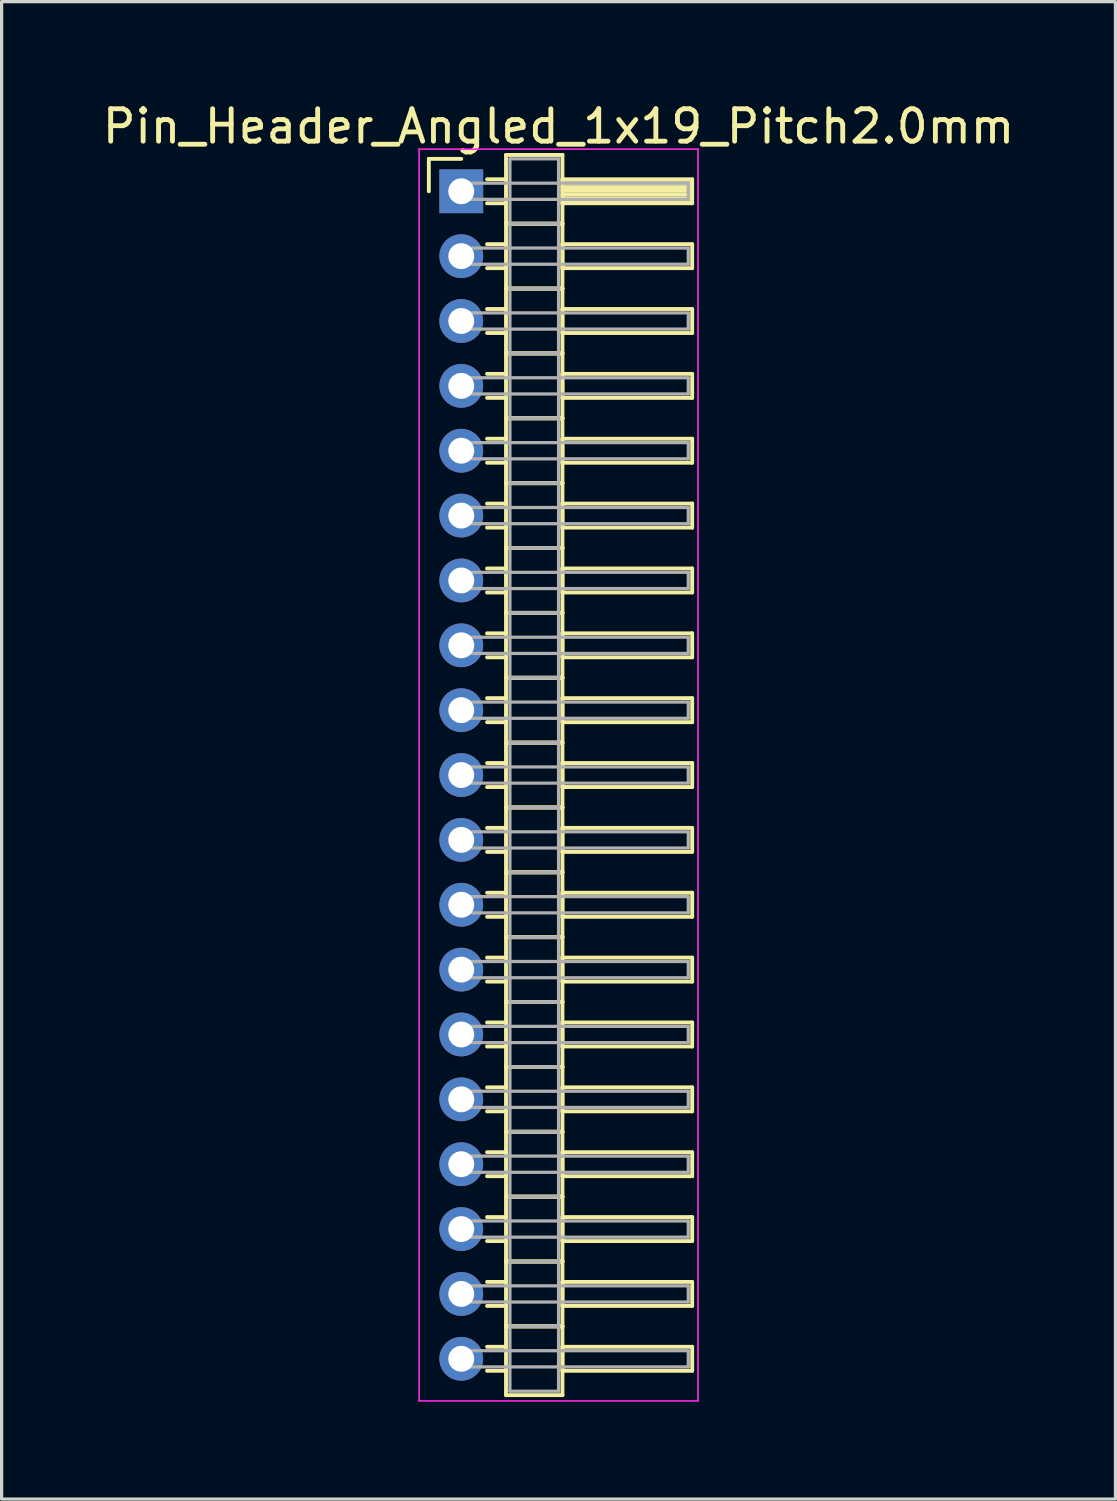
<source format=kicad_pcb>
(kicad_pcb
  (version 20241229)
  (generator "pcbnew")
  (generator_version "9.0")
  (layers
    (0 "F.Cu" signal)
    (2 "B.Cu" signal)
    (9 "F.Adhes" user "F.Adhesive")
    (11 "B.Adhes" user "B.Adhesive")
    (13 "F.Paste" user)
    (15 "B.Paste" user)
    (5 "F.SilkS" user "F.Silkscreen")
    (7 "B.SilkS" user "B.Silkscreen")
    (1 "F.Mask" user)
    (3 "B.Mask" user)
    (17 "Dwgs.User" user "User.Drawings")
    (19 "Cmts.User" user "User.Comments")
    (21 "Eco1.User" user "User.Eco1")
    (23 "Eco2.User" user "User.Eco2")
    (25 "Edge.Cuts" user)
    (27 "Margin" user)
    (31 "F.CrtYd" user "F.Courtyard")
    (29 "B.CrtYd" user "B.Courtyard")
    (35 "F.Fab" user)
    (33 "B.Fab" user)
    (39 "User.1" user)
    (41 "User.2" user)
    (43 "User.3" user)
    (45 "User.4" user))
  (footprint "Pin_Header_Angled_1x19_Pitch2.0mm"
    (layer "F.Cu")
    (at 11.173 2.848)
    (property "Reference" "Pin_Header_Angled_1x19_Pitch2.0mm" (at 3 -2 0) (layer "F.SilkS") (effects (font (size 1 1) (thickness 0.15))))
    (attr through_hole)
    (fp_line (start -1 -1) (end 0 -1) (stroke (width 0.12) (type solid)) (layer "F.SilkS"))
    (fp_line (start -1 0) (end -1 -1) (stroke (width 0.12) (type solid)) (layer "F.SilkS"))
    (fp_line (start 0.795 -0.37) (end 1.38 -0.37) (stroke (width 0.12) (type solid)) (layer "F.SilkS"))
    (fp_line (start 0.795 0.37) (end 1.38 0.37) (stroke (width 0.12) (type solid)) (layer "F.SilkS"))
    (fp_line (start 0.795 1.63) (end 1.38 1.63) (stroke (width 0.12) (type solid)) (layer "F.SilkS"))
    (fp_line (start 0.795 2.37) (end 1.38 2.37) (stroke (width 0.12) (type solid)) (layer "F.SilkS"))
    (fp_line (start 0.795 3.63) (end 1.38 3.63) (stroke (width 0.12) (type solid)) (layer "F.SilkS"))
    (fp_line (start 0.795 4.37) (end 1.38 4.37) (stroke (width 0.12) (type solid)) (layer "F.SilkS"))
    (fp_line (start 0.795 5.63) (end 1.38 5.63) (stroke (width 0.12) (type solid)) (layer "F.SilkS"))
    (fp_line (start 0.795 6.37) (end 1.38 6.37) (stroke (width 0.12) (type solid)) (layer "F.SilkS"))
    (fp_line (start 0.795 7.63) (end 1.38 7.63) (stroke (width 0.12) (type solid)) (layer "F.SilkS"))
    (fp_line (start 0.795 8.37) (end 1.38 8.37) (stroke (width 0.12) (type solid)) (layer "F.SilkS"))
    (fp_line (start 0.795 9.63) (end 1.38 9.63) (stroke (width 0.12) (type solid)) (layer "F.SilkS"))
    (fp_line (start 0.795 10.37) (end 1.38 10.37) (stroke (width 0.12) (type solid)) (layer "F.SilkS"))
    (fp_line (start 0.795 11.63) (end 1.38 11.63) (stroke (width 0.12) (type solid)) (layer "F.SilkS"))
    (fp_line (start 0.795 12.37) (end 1.38 12.37) (stroke (width 0.12) (type solid)) (layer "F.SilkS"))
    (fp_line (start 0.795 13.63) (end 1.38 13.63) (stroke (width 0.12) (type solid)) (layer "F.SilkS"))
    (fp_line (start 0.795 14.37) (end 1.38 14.37) (stroke (width 0.12) (type solid)) (layer "F.SilkS"))
    (fp_line (start 0.795 15.63) (end 1.38 15.63) (stroke (width 0.12) (type solid)) (layer "F.SilkS"))
    (fp_line (start 0.795 16.37) (end 1.38 16.37) (stroke (width 0.12) (type solid)) (layer "F.SilkS"))
    (fp_line (start 0.795 17.63) (end 1.38 17.63) (stroke (width 0.12) (type solid)) (layer "F.SilkS"))
    (fp_line (start 0.795 18.37) (end 1.38 18.37) (stroke (width 0.12) (type solid)) (layer "F.SilkS"))
    (fp_line (start 0.795 19.63) (end 1.38 19.63) (stroke (width 0.12) (type solid)) (layer "F.SilkS"))
    (fp_line (start 0.795 20.37) (end 1.38 20.37) (stroke (width 0.12) (type solid)) (layer "F.SilkS"))
    (fp_line (start 0.795 21.63) (end 1.38 21.63) (stroke (width 0.12) (type solid)) (layer "F.SilkS"))
    (fp_line (start 0.795 22.37) (end 1.38 22.37) (stroke (width 0.12) (type solid)) (layer "F.SilkS"))
    (fp_line (start 0.795 23.63) (end 1.38 23.63) (stroke (width 0.12) (type solid)) (layer "F.SilkS"))
    (fp_line (start 0.795 24.37) (end 1.38 24.37) (stroke (width 0.12) (type solid)) (layer "F.SilkS"))
    (fp_line (start 0.795 25.63) (end 1.38 25.63) (stroke (width 0.12) (type solid)) (layer "F.SilkS"))
    (fp_line (start 0.795 26.37) (end 1.38 26.37) (stroke (width 0.12) (type solid)) (layer "F.SilkS"))
    (fp_line (start 0.795 27.63) (end 1.38 27.63) (stroke (width 0.12) (type solid)) (layer "F.SilkS"))
    (fp_line (start 0.795 28.37) (end 1.38 28.37) (stroke (width 0.12) (type solid)) (layer "F.SilkS"))
    (fp_line (start 0.795 29.63) (end 1.38 29.63) (stroke (width 0.12) (type solid)) (layer "F.SilkS"))
    (fp_line (start 0.795 30.37) (end 1.38 30.37) (stroke (width 0.12) (type solid)) (layer "F.SilkS"))
    (fp_line (start 0.795 31.63) (end 1.38 31.63) (stroke (width 0.12) (type solid)) (layer "F.SilkS"))
    (fp_line (start 0.795 32.37) (end 1.38 32.37) (stroke (width 0.12) (type solid)) (layer "F.SilkS"))
    (fp_line (start 0.795 33.63) (end 1.38 33.63) (stroke (width 0.12) (type solid)) (layer "F.SilkS"))
    (fp_line (start 0.795 34.37) (end 1.38 34.37) (stroke (width 0.12) (type solid)) (layer "F.SilkS"))
    (fp_line (start 0.795 35.63) (end 1.38 35.63) (stroke (width 0.12) (type solid)) (layer "F.SilkS"))
    (fp_line (start 0.795 36.37) (end 1.38 36.37) (stroke (width 0.12) (type solid)) (layer "F.SilkS"))
    (fp_line (start 1.38 -1.12) (end 1.38 1) (stroke (width 0.12) (type solid)) (layer "F.SilkS"))
    (fp_line (start 1.38 1) (end 1.38 3) (stroke (width 0.12) (type solid)) (layer "F.SilkS"))
    (fp_line (start 1.38 1) (end 3.12 1) (stroke (width 0.12) (type solid)) (layer "F.SilkS"))
    (fp_line (start 1.38 3) (end 1.38 5) (stroke (width 0.12) (type solid)) (layer "F.SilkS"))
    (fp_line (start 1.38 3) (end 3.12 3) (stroke (width 0.12) (type solid)) (layer "F.SilkS"))
    (fp_line (start 1.38 5) (end 1.38 7) (stroke (width 0.12) (type solid)) (layer "F.SilkS"))
    (fp_line (start 1.38 5) (end 3.12 5) (stroke (width 0.12) (type solid)) (layer "F.SilkS"))
    (fp_line (start 1.38 7) (end 1.38 9) (stroke (width 0.12) (type solid)) (layer "F.SilkS"))
    (fp_line (start 1.38 7) (end 3.12 7) (stroke (width 0.12) (type solid)) (layer "F.SilkS"))
    (fp_line (start 1.38 9) (end 1.38 11) (stroke (width 0.12) (type solid)) (layer "F.SilkS"))
    (fp_line (start 1.38 9) (end 3.12 9) (stroke (width 0.12) (type solid)) (layer "F.SilkS"))
    (fp_line (start 1.38 11) (end 1.38 13) (stroke (width 0.12) (type solid)) (layer "F.SilkS"))
    (fp_line (start 1.38 11) (end 3.12 11) (stroke (width 0.12) (type solid)) (layer "F.SilkS"))
    (fp_line (start 1.38 13) (end 1.38 15) (stroke (width 0.12) (type solid)) (layer "F.SilkS"))
    (fp_line (start 1.38 13) (end 3.12 13) (stroke (width 0.12) (type solid)) (layer "F.SilkS"))
    (fp_line (start 1.38 15) (end 1.38 17) (stroke (width 0.12) (type solid)) (layer "F.SilkS"))
    (fp_line (start 1.38 15) (end 3.12 15) (stroke (width 0.12) (type solid)) (layer "F.SilkS"))
    (fp_line (start 1.38 17) (end 1.38 19) (stroke (width 0.12) (type solid)) (layer "F.SilkS"))
    (fp_line (start 1.38 17) (end 3.12 17) (stroke (width 0.12) (type solid)) (layer "F.SilkS"))
    (fp_line (start 1.38 19) (end 1.38 21) (stroke (width 0.12) (type solid)) (layer "F.SilkS"))
    (fp_line (start 1.38 19) (end 3.12 19) (stroke (width 0.12) (type solid)) (layer "F.SilkS"))
    (fp_line (start 1.38 21) (end 1.38 23) (stroke (width 0.12) (type solid)) (layer "F.SilkS"))
    (fp_line (start 1.38 21) (end 3.12 21) (stroke (width 0.12) (type solid)) (layer "F.SilkS"))
    (fp_line (start 1.38 23) (end 1.38 25) (stroke (width 0.12) (type solid)) (layer "F.SilkS"))
    (fp_line (start 1.38 23) (end 3.12 23) (stroke (width 0.12) (type solid)) (layer "F.SilkS"))
    (fp_line (start 1.38 25) (end 1.38 27) (stroke (width 0.12) (type solid)) (layer "F.SilkS"))
    (fp_line (start 1.38 25) (end 3.12 25) (stroke (width 0.12) (type solid)) (layer "F.SilkS"))
    (fp_line (start 1.38 27) (end 1.38 29) (stroke (width 0.12) (type solid)) (layer "F.SilkS"))
    (fp_line (start 1.38 27) (end 3.12 27) (stroke (width 0.12) (type solid)) (layer "F.SilkS"))
    (fp_line (start 1.38 29) (end 1.38 31) (stroke (width 0.12) (type solid)) (layer "F.SilkS"))
    (fp_line (start 1.38 29) (end 3.12 29) (stroke (width 0.12) (type solid)) (layer "F.SilkS"))
    (fp_line (start 1.38 31) (end 1.38 33) (stroke (width 0.12) (type solid)) (layer "F.SilkS"))
    (fp_line (start 1.38 31) (end 3.12 31) (stroke (width 0.12) (type solid)) (layer "F.SilkS"))
    (fp_line (start 1.38 33) (end 1.38 35) (stroke (width 0.12) (type solid)) (layer "F.SilkS"))
    (fp_line (start 1.38 33) (end 3.12 33) (stroke (width 0.12) (type solid)) (layer "F.SilkS"))
    (fp_line (start 1.38 35) (end 1.38 37.12) (stroke (width 0.12) (type solid)) (layer "F.SilkS"))
    (fp_line (start 1.38 35) (end 3.12 35) (stroke (width 0.12) (type solid)) (layer "F.SilkS"))
    (fp_line (start 1.38 37.12) (end 3.12 37.12) (stroke (width 0.12) (type solid)) (layer "F.SilkS"))
    (fp_line (start 3.12 -1.12) (end 1.38 -1.12) (stroke (width 0.12) (type solid)) (layer "F.SilkS"))
    (fp_line (start 3.12 -0.37) (end 3.12 0.37) (stroke (width 0.12) (type solid)) (layer "F.SilkS"))
    (fp_line (start 3.12 -0.25) (end 7.12 -0.25) (stroke (width 0.12) (type solid)) (layer "F.SilkS"))
    (fp_line (start 3.12 -0.13) (end 7.12 -0.13) (stroke (width 0.12) (type solid)) (layer "F.SilkS"))
    (fp_line (start 3.12 -0.01) (end 7.12 -0.01) (stroke (width 0.12) (type solid)) (layer "F.SilkS"))
    (fp_line (start 3.12 0.11) (end 7.12 0.11) (stroke (width 0.12) (type solid)) (layer "F.SilkS"))
    (fp_line (start 3.12 0.23) (end 7.12 0.23) (stroke (width 0.12) (type solid)) (layer "F.SilkS"))
    (fp_line (start 3.12 0.35) (end 7.12 0.35) (stroke (width 0.12) (type solid)) (layer "F.SilkS"))
    (fp_line (start 3.12 0.37) (end 7.12 0.37) (stroke (width 0.12) (type solid)) (layer "F.SilkS"))
    (fp_line (start 3.12 1) (end 1.38 1) (stroke (width 0.12) (type solid)) (layer "F.SilkS"))
    (fp_line (start 3.12 1) (end 3.12 -1.12) (stroke (width 0.12) (type solid)) (layer "F.SilkS"))
    (fp_line (start 3.12 1.63) (end 3.12 2.37) (stroke (width 0.12) (type solid)) (layer "F.SilkS"))
    (fp_line (start 3.12 2.37) (end 7.12 2.37) (stroke (width 0.12) (type solid)) (layer "F.SilkS"))
    (fp_line (start 3.12 3) (end 1.38 3) (stroke (width 0.12) (type solid)) (layer "F.SilkS"))
    (fp_line (start 3.12 3) (end 3.12 1) (stroke (width 0.12) (type solid)) (layer "F.SilkS"))
    (fp_line (start 3.12 3.63) (end 3.12 4.37) (stroke (width 0.12) (type solid)) (layer "F.SilkS"))
    (fp_line (start 3.12 4.37) (end 7.12 4.37) (stroke (width 0.12) (type solid)) (layer "F.SilkS"))
    (fp_line (start 3.12 5) (end 1.38 5) (stroke (width 0.12) (type solid)) (layer "F.SilkS"))
    (fp_line (start 3.12 5) (end 3.12 3) (stroke (width 0.12) (type solid)) (layer "F.SilkS"))
    (fp_line (start 3.12 5.63) (end 3.12 6.37) (stroke (width 0.12) (type solid)) (layer "F.SilkS"))
    (fp_line (start 3.12 6.37) (end 7.12 6.37) (stroke (width 0.12) (type solid)) (layer "F.SilkS"))
    (fp_line (start 3.12 7) (end 1.38 7) (stroke (width 0.12) (type solid)) (layer "F.SilkS"))
    (fp_line (start 3.12 7) (end 3.12 5) (stroke (width 0.12) (type solid)) (layer "F.SilkS"))
    (fp_line (start 3.12 7.63) (end 3.12 8.37) (stroke (width 0.12) (type solid)) (layer "F.SilkS"))
    (fp_line (start 3.12 8.37) (end 7.12 8.37) (stroke (width 0.12) (type solid)) (layer "F.SilkS"))
    (fp_line (start 3.12 9) (end 1.38 9) (stroke (width 0.12) (type solid)) (layer "F.SilkS"))
    (fp_line (start 3.12 9) (end 3.12 7) (stroke (width 0.12) (type solid)) (layer "F.SilkS"))
    (fp_line (start 3.12 9.63) (end 3.12 10.37) (stroke (width 0.12) (type solid)) (layer "F.SilkS"))
    (fp_line (start 3.12 10.37) (end 7.12 10.37) (stroke (width 0.12) (type solid)) (layer "F.SilkS"))
    (fp_line (start 3.12 11) (end 1.38 11) (stroke (width 0.12) (type solid)) (layer "F.SilkS"))
    (fp_line (start 3.12 11) (end 3.12 9) (stroke (width 0.12) (type solid)) (layer "F.SilkS"))
    (fp_line (start 3.12 11.63) (end 3.12 12.37) (stroke (width 0.12) (type solid)) (layer "F.SilkS"))
    (fp_line (start 3.12 12.37) (end 7.12 12.37) (stroke (width 0.12) (type solid)) (layer "F.SilkS"))
    (fp_line (start 3.12 13) (end 1.38 13) (stroke (width 0.12) (type solid)) (layer "F.SilkS"))
    (fp_line (start 3.12 13) (end 3.12 11) (stroke (width 0.12) (type solid)) (layer "F.SilkS"))
    (fp_line (start 3.12 13.63) (end 3.12 14.37) (stroke (width 0.12) (type solid)) (layer "F.SilkS"))
    (fp_line (start 3.12 14.37) (end 7.12 14.37) (stroke (width 0.12) (type solid)) (layer "F.SilkS"))
    (fp_line (start 3.12 15) (end 1.38 15) (stroke (width 0.12) (type solid)) (layer "F.SilkS"))
    (fp_line (start 3.12 15) (end 3.12 13) (stroke (width 0.12) (type solid)) (layer "F.SilkS"))
    (fp_line (start 3.12 15.63) (end 3.12 16.37) (stroke (width 0.12) (type solid)) (layer "F.SilkS"))
    (fp_line (start 3.12 16.37) (end 7.12 16.37) (stroke (width 0.12) (type solid)) (layer "F.SilkS"))
    (fp_line (start 3.12 17) (end 1.38 17) (stroke (width 0.12) (type solid)) (layer "F.SilkS"))
    (fp_line (start 3.12 17) (end 3.12 15) (stroke (width 0.12) (type solid)) (layer "F.SilkS"))
    (fp_line (start 3.12 17.63) (end 3.12 18.37) (stroke (width 0.12) (type solid)) (layer "F.SilkS"))
    (fp_line (start 3.12 18.37) (end 7.12 18.37) (stroke (width 0.12) (type solid)) (layer "F.SilkS"))
    (fp_line (start 3.12 19) (end 1.38 19) (stroke (width 0.12) (type solid)) (layer "F.SilkS"))
    (fp_line (start 3.12 19) (end 3.12 17) (stroke (width 0.12) (type solid)) (layer "F.SilkS"))
    (fp_line (start 3.12 19.63) (end 3.12 20.37) (stroke (width 0.12) (type solid)) (layer "F.SilkS"))
    (fp_line (start 3.12 20.37) (end 7.12 20.37) (stroke (width 0.12) (type solid)) (layer "F.SilkS"))
    (fp_line (start 3.12 21) (end 1.38 21) (stroke (width 0.12) (type solid)) (layer "F.SilkS"))
    (fp_line (start 3.12 21) (end 3.12 19) (stroke (width 0.12) (type solid)) (layer "F.SilkS"))
    (fp_line (start 3.12 21.63) (end 3.12 22.37) (stroke (width 0.12) (type solid)) (layer "F.SilkS"))
    (fp_line (start 3.12 22.37) (end 7.12 22.37) (stroke (width 0.12) (type solid)) (layer "F.SilkS"))
    (fp_line (start 3.12 23) (end 1.38 23) (stroke (width 0.12) (type solid)) (layer "F.SilkS"))
    (fp_line (start 3.12 23) (end 3.12 21) (stroke (width 0.12) (type solid)) (layer "F.SilkS"))
    (fp_line (start 3.12 23.63) (end 3.12 24.37) (stroke (width 0.12) (type solid)) (layer "F.SilkS"))
    (fp_line (start 3.12 24.37) (end 7.12 24.37) (stroke (width 0.12) (type solid)) (layer "F.SilkS"))
    (fp_line (start 3.12 25) (end 1.38 25) (stroke (width 0.12) (type solid)) (layer "F.SilkS"))
    (fp_line (start 3.12 25) (end 3.12 23) (stroke (width 0.12) (type solid)) (layer "F.SilkS"))
    (fp_line (start 3.12 25.63) (end 3.12 26.37) (stroke (width 0.12) (type solid)) (layer "F.SilkS"))
    (fp_line (start 3.12 26.37) (end 7.12 26.37) (stroke (width 0.12) (type solid)) (layer "F.SilkS"))
    (fp_line (start 3.12 27) (end 1.38 27) (stroke (width 0.12) (type solid)) (layer "F.SilkS"))
    (fp_line (start 3.12 27) (end 3.12 25) (stroke (width 0.12) (type solid)) (layer "F.SilkS"))
    (fp_line (start 3.12 27.63) (end 3.12 28.37) (stroke (width 0.12) (type solid)) (layer "F.SilkS"))
    (fp_line (start 3.12 28.37) (end 7.12 28.37) (stroke (width 0.12) (type solid)) (layer "F.SilkS"))
    (fp_line (start 3.12 29) (end 1.38 29) (stroke (width 0.12) (type solid)) (layer "F.SilkS"))
    (fp_line (start 3.12 29) (end 3.12 27) (stroke (width 0.12) (type solid)) (layer "F.SilkS"))
    (fp_line (start 3.12 29.63) (end 3.12 30.37) (stroke (width 0.12) (type solid)) (layer "F.SilkS"))
    (fp_line (start 3.12 30.37) (end 7.12 30.37) (stroke (width 0.12) (type solid)) (layer "F.SilkS"))
    (fp_line (start 3.12 31) (end 1.38 31) (stroke (width 0.12) (type solid)) (layer "F.SilkS"))
    (fp_line (start 3.12 31) (end 3.12 29) (stroke (width 0.12) (type solid)) (layer "F.SilkS"))
    (fp_line (start 3.12 31.63) (end 3.12 32.37) (stroke (width 0.12) (type solid)) (layer "F.SilkS"))
    (fp_line (start 3.12 32.37) (end 7.12 32.37) (stroke (width 0.12) (type solid)) (layer "F.SilkS"))
    (fp_line (start 3.12 33) (end 1.38 33) (stroke (width 0.12) (type solid)) (layer "F.SilkS"))
    (fp_line (start 3.12 33) (end 3.12 31) (stroke (width 0.12) (type solid)) (layer "F.SilkS"))
    (fp_line (start 3.12 33.63) (end 3.12 34.37) (stroke (width 0.12) (type solid)) (layer "F.SilkS"))
    (fp_line (start 3.12 34.37) (end 7.12 34.37) (stroke (width 0.12) (type solid)) (layer "F.SilkS"))
    (fp_line (start 3.12 35) (end 1.38 35) (stroke (width 0.12) (type solid)) (layer "F.SilkS"))
    (fp_line (start 3.12 35) (end 3.12 33) (stroke (width 0.12) (type solid)) (layer "F.SilkS"))
    (fp_line (start 3.12 35.63) (end 3.12 36.37) (stroke (width 0.12) (type solid)) (layer "F.SilkS"))
    (fp_line (start 3.12 36.37) (end 7.12 36.37) (stroke (width 0.12) (type solid)) (layer "F.SilkS"))
    (fp_line (start 3.12 37.12) (end 3.12 35) (stroke (width 0.12) (type solid)) (layer "F.SilkS"))
    (fp_line (start 7.12 -0.37) (end 3.12 -0.37) (stroke (width 0.12) (type solid)) (layer "F.SilkS"))
    (fp_line (start 7.12 0.37) (end 7.12 -0.37) (stroke (width 0.12) (type solid)) (layer "F.SilkS"))
    (fp_line (start 7.12 1.63) (end 3.12 1.63) (stroke (width 0.12) (type solid)) (layer "F.SilkS"))
    (fp_line (start 7.12 2.37) (end 7.12 1.63) (stroke (width 0.12) (type solid)) (layer "F.SilkS"))
    (fp_line (start 7.12 3.63) (end 3.12 3.63) (stroke (width 0.12) (type solid)) (layer "F.SilkS"))
    (fp_line (start 7.12 4.37) (end 7.12 3.63) (stroke (width 0.12) (type solid)) (layer "F.SilkS"))
    (fp_line (start 7.12 5.63) (end 3.12 5.63) (stroke (width 0.12) (type solid)) (layer "F.SilkS"))
    (fp_line (start 7.12 6.37) (end 7.12 5.63) (stroke (width 0.12) (type solid)) (layer "F.SilkS"))
    (fp_line (start 7.12 7.63) (end 3.12 7.63) (stroke (width 0.12) (type solid)) (layer "F.SilkS"))
    (fp_line (start 7.12 8.37) (end 7.12 7.63) (stroke (width 0.12) (type solid)) (layer "F.SilkS"))
    (fp_line (start 7.12 9.63) (end 3.12 9.63) (stroke (width 0.12) (type solid)) (layer "F.SilkS"))
    (fp_line (start 7.12 10.37) (end 7.12 9.63) (stroke (width 0.12) (type solid)) (layer "F.SilkS"))
    (fp_line (start 7.12 11.63) (end 3.12 11.63) (stroke (width 0.12) (type solid)) (layer "F.SilkS"))
    (fp_line (start 7.12 12.37) (end 7.12 11.63) (stroke (width 0.12) (type solid)) (layer "F.SilkS"))
    (fp_line (start 7.12 13.63) (end 3.12 13.63) (stroke (width 0.12) (type solid)) (layer "F.SilkS"))
    (fp_line (start 7.12 14.37) (end 7.12 13.63) (stroke (width 0.12) (type solid)) (layer "F.SilkS"))
    (fp_line (start 7.12 15.63) (end 3.12 15.63) (stroke (width 0.12) (type solid)) (layer "F.SilkS"))
    (fp_line (start 7.12 16.37) (end 7.12 15.63) (stroke (width 0.12) (type solid)) (layer "F.SilkS"))
    (fp_line (start 7.12 17.63) (end 3.12 17.63) (stroke (width 0.12) (type solid)) (layer "F.SilkS"))
    (fp_line (start 7.12 18.37) (end 7.12 17.63) (stroke (width 0.12) (type solid)) (layer "F.SilkS"))
    (fp_line (start 7.12 19.63) (end 3.12 19.63) (stroke (width 0.12) (type solid)) (layer "F.SilkS"))
    (fp_line (start 7.12 20.37) (end 7.12 19.63) (stroke (width 0.12) (type solid)) (layer "F.SilkS"))
    (fp_line (start 7.12 21.63) (end 3.12 21.63) (stroke (width 0.12) (type solid)) (layer "F.SilkS"))
    (fp_line (start 7.12 22.37) (end 7.12 21.63) (stroke (width 0.12) (type solid)) (layer "F.SilkS"))
    (fp_line (start 7.12 23.63) (end 3.12 23.63) (stroke (width 0.12) (type solid)) (layer "F.SilkS"))
    (fp_line (start 7.12 24.37) (end 7.12 23.63) (stroke (width 0.12) (type solid)) (layer "F.SilkS"))
    (fp_line (start 7.12 25.63) (end 3.12 25.63) (stroke (width 0.12) (type solid)) (layer "F.SilkS"))
    (fp_line (start 7.12 26.37) (end 7.12 25.63) (stroke (width 0.12) (type solid)) (layer "F.SilkS"))
    (fp_line (start 7.12 27.63) (end 3.12 27.63) (stroke (width 0.12) (type solid)) (layer "F.SilkS"))
    (fp_line (start 7.12 28.37) (end 7.12 27.63) (stroke (width 0.12) (type solid)) (layer "F.SilkS"))
    (fp_line (start 7.12 29.63) (end 3.12 29.63) (stroke (width 0.12) (type solid)) (layer "F.SilkS"))
    (fp_line (start 7.12 30.37) (end 7.12 29.63) (stroke (width 0.12) (type solid)) (layer "F.SilkS"))
    (fp_line (start 7.12 31.63) (end 3.12 31.63) (stroke (width 0.12) (type solid)) (layer "F.SilkS"))
    (fp_line (start 7.12 32.37) (end 7.12 31.63) (stroke (width 0.12) (type solid)) (layer "F.SilkS"))
    (fp_line (start 7.12 33.63) (end 3.12 33.63) (stroke (width 0.12) (type solid)) (layer "F.SilkS"))
    (fp_line (start 7.12 34.37) (end 7.12 33.63) (stroke (width 0.12) (type solid)) (layer "F.SilkS"))
    (fp_line (start 7.12 35.63) (end 3.12 35.63) (stroke (width 0.12) (type solid)) (layer "F.SilkS"))
    (fp_line (start 7.12 36.37) (end 7.12 35.63) (stroke (width 0.12) (type solid)) (layer "F.SilkS"))
    (fp_line (start -1.3 -1.3) (end -1.3 37.3) (stroke (width 0.05) (type solid)) (layer "F.CrtYd"))
    (fp_line (start -1.3 37.3) (end 7.3 37.3) (stroke (width 0.05) (type solid)) (layer "F.CrtYd"))
    (fp_line (start 7.3 -1.3) (end -1.3 -1.3) (stroke (width 0.05) (type solid)) (layer "F.CrtYd"))
    (fp_line (start 7.3 37.3) (end 7.3 -1.3) (stroke (width 0.05) (type solid)) (layer "F.CrtYd"))
    (fp_line (start 0 -0.25) (end 0 0.25) (stroke (width 0.1) (type solid)) (layer "F.Fab"))
    (fp_line (start 0 0.25) (end 7 0.25) (stroke (width 0.1) (type solid)) (layer "F.Fab"))
    (fp_line (start 0 1.75) (end 0 2.25) (stroke (width 0.1) (type solid)) (layer "F.Fab"))
    (fp_line (start 0 2.25) (end 7 2.25) (stroke (width 0.1) (type solid)) (layer "F.Fab"))
    (fp_line (start 0 3.75) (end 0 4.25) (stroke (width 0.1) (type solid)) (layer "F.Fab"))
    (fp_line (start 0 4.25) (end 7 4.25) (stroke (width 0.1) (type solid)) (layer "F.Fab"))
    (fp_line (start 0 5.75) (end 0 6.25) (stroke (width 0.1) (type solid)) (layer "F.Fab"))
    (fp_line (start 0 6.25) (end 7 6.25) (stroke (width 0.1) (type solid)) (layer "F.Fab"))
    (fp_line (start 0 7.75) (end 0 8.25) (stroke (width 0.1) (type solid)) (layer "F.Fab"))
    (fp_line (start 0 8.25) (end 7 8.25) (stroke (width 0.1) (type solid)) (layer "F.Fab"))
    (fp_line (start 0 9.75) (end 0 10.25) (stroke (width 0.1) (type solid)) (layer "F.Fab"))
    (fp_line (start 0 10.25) (end 7 10.25) (stroke (width 0.1) (type solid)) (layer "F.Fab"))
    (fp_line (start 0 11.75) (end 0 12.25) (stroke (width 0.1) (type solid)) (layer "F.Fab"))
    (fp_line (start 0 12.25) (end 7 12.25) (stroke (width 0.1) (type solid)) (layer "F.Fab"))
    (fp_line (start 0 13.75) (end 0 14.25) (stroke (width 0.1) (type solid)) (layer "F.Fab"))
    (fp_line (start 0 14.25) (end 7 14.25) (stroke (width 0.1) (type solid)) (layer "F.Fab"))
    (fp_line (start 0 15.75) (end 0 16.25) (stroke (width 0.1) (type solid)) (layer "F.Fab"))
    (fp_line (start 0 16.25) (end 7 16.25) (stroke (width 0.1) (type solid)) (layer "F.Fab"))
    (fp_line (start 0 17.75) (end 0 18.25) (stroke (width 0.1) (type solid)) (layer "F.Fab"))
    (fp_line (start 0 18.25) (end 7 18.25) (stroke (width 0.1) (type solid)) (layer "F.Fab"))
    (fp_line (start 0 19.75) (end 0 20.25) (stroke (width 0.1) (type solid)) (layer "F.Fab"))
    (fp_line (start 0 20.25) (end 7 20.25) (stroke (width 0.1) (type solid)) (layer "F.Fab"))
    (fp_line (start 0 21.75) (end 0 22.25) (stroke (width 0.1) (type solid)) (layer "F.Fab"))
    (fp_line (start 0 22.25) (end 7 22.25) (stroke (width 0.1) (type solid)) (layer "F.Fab"))
    (fp_line (start 0 23.75) (end 0 24.25) (stroke (width 0.1) (type solid)) (layer "F.Fab"))
    (fp_line (start 0 24.25) (end 7 24.25) (stroke (width 0.1) (type solid)) (layer "F.Fab"))
    (fp_line (start 0 25.75) (end 0 26.25) (stroke (width 0.1) (type solid)) (layer "F.Fab"))
    (fp_line (start 0 26.25) (end 7 26.25) (stroke (width 0.1) (type solid)) (layer "F.Fab"))
    (fp_line (start 0 27.75) (end 0 28.25) (stroke (width 0.1) (type solid)) (layer "F.Fab"))
    (fp_line (start 0 28.25) (end 7 28.25) (stroke (width 0.1) (type solid)) (layer "F.Fab"))
    (fp_line (start 0 29.75) (end 0 30.25) (stroke (width 0.1) (type solid)) (layer "F.Fab"))
    (fp_line (start 0 30.25) (end 7 30.25) (stroke (width 0.1) (type solid)) (layer "F.Fab"))
    (fp_line (start 0 31.75) (end 0 32.25) (stroke (width 0.1) (type solid)) (layer "F.Fab"))
    (fp_line (start 0 32.25) (end 7 32.25) (stroke (width 0.1) (type solid)) (layer "F.Fab"))
    (fp_line (start 0 33.75) (end 0 34.25) (stroke (width 0.1) (type solid)) (layer "F.Fab"))
    (fp_line (start 0 34.25) (end 7 34.25) (stroke (width 0.1) (type solid)) (layer "F.Fab"))
    (fp_line (start 0 35.75) (end 0 36.25) (stroke (width 0.1) (type solid)) (layer "F.Fab"))
    (fp_line (start 0 36.25) (end 7 36.25) (stroke (width 0.1) (type solid)) (layer "F.Fab"))
    (fp_line (start 1.5 -1) (end 1.5 1) (stroke (width 0.1) (type solid)) (layer "F.Fab"))
    (fp_line (start 1.5 1) (end 1.5 3) (stroke (width 0.1) (type solid)) (layer "F.Fab"))
    (fp_line (start 1.5 1) (end 3 1) (stroke (width 0.1) (type solid)) (layer "F.Fab"))
    (fp_line (start 1.5 3) (end 1.5 5) (stroke (width 0.1) (type solid)) (layer "F.Fab"))
    (fp_line (start 1.5 3) (end 3 3) (stroke (width 0.1) (type solid)) (layer "F.Fab"))
    (fp_line (start 1.5 5) (end 1.5 7) (stroke (width 0.1) (type solid)) (layer "F.Fab"))
    (fp_line (start 1.5 5) (end 3 5) (stroke (width 0.1) (type solid)) (layer "F.Fab"))
    (fp_line (start 1.5 7) (end 1.5 9) (stroke (width 0.1) (type solid)) (layer "F.Fab"))
    (fp_line (start 1.5 7) (end 3 7) (stroke (width 0.1) (type solid)) (layer "F.Fab"))
    (fp_line (start 1.5 9) (end 1.5 11) (stroke (width 0.1) (type solid)) (layer "F.Fab"))
    (fp_line (start 1.5 9) (end 3 9) (stroke (width 0.1) (type solid)) (layer "F.Fab"))
    (fp_line (start 1.5 11) (end 1.5 13) (stroke (width 0.1) (type solid)) (layer "F.Fab"))
    (fp_line (start 1.5 11) (end 3 11) (stroke (width 0.1) (type solid)) (layer "F.Fab"))
    (fp_line (start 1.5 13) (end 1.5 15) (stroke (width 0.1) (type solid)) (layer "F.Fab"))
    (fp_line (start 1.5 13) (end 3 13) (stroke (width 0.1) (type solid)) (layer "F.Fab"))
    (fp_line (start 1.5 15) (end 1.5 17) (stroke (width 0.1) (type solid)) (layer "F.Fab"))
    (fp_line (start 1.5 15) (end 3 15) (stroke (width 0.1) (type solid)) (layer "F.Fab"))
    (fp_line (start 1.5 17) (end 1.5 19) (stroke (width 0.1) (type solid)) (layer "F.Fab"))
    (fp_line (start 1.5 17) (end 3 17) (stroke (width 0.1) (type solid)) (layer "F.Fab"))
    (fp_line (start 1.5 19) (end 1.5 21) (stroke (width 0.1) (type solid)) (layer "F.Fab"))
    (fp_line (start 1.5 19) (end 3 19) (stroke (width 0.1) (type solid)) (layer "F.Fab"))
    (fp_line (start 1.5 21) (end 1.5 23) (stroke (width 0.1) (type solid)) (layer "F.Fab"))
    (fp_line (start 1.5 21) (end 3 21) (stroke (width 0.1) (type solid)) (layer "F.Fab"))
    (fp_line (start 1.5 23) (end 1.5 25) (stroke (width 0.1) (type solid)) (layer "F.Fab"))
    (fp_line (start 1.5 23) (end 3 23) (stroke (width 0.1) (type solid)) (layer "F.Fab"))
    (fp_line (start 1.5 25) (end 1.5 27) (stroke (width 0.1) (type solid)) (layer "F.Fab"))
    (fp_line (start 1.5 25) (end 3 25) (stroke (width 0.1) (type solid)) (layer "F.Fab"))
    (fp_line (start 1.5 27) (end 1.5 29) (stroke (width 0.1) (type solid)) (layer "F.Fab"))
    (fp_line (start 1.5 27) (end 3 27) (stroke (width 0.1) (type solid)) (layer "F.Fab"))
    (fp_line (start 1.5 29) (end 1.5 31) (stroke (width 0.1) (type solid)) (layer "F.Fab"))
    (fp_line (start 1.5 29) (end 3 29) (stroke (width 0.1) (type solid)) (layer "F.Fab"))
    (fp_line (start 1.5 31) (end 1.5 33) (stroke (width 0.1) (type solid)) (layer "F.Fab"))
    (fp_line (start 1.5 31) (end 3 31) (stroke (width 0.1) (type solid)) (layer "F.Fab"))
    (fp_line (start 1.5 33) (end 1.5 35) (stroke (width 0.1) (type solid)) (layer "F.Fab"))
    (fp_line (start 1.5 33) (end 3 33) (stroke (width 0.1) (type solid)) (layer "F.Fab"))
    (fp_line (start 1.5 35) (end 1.5 37) (stroke (width 0.1) (type solid)) (layer "F.Fab"))
    (fp_line (start 1.5 35) (end 3 35) (stroke (width 0.1) (type solid)) (layer "F.Fab"))
    (fp_line (start 1.5 37) (end 3 37) (stroke (width 0.1) (type solid)) (layer "F.Fab"))
    (fp_line (start 3 -1) (end 1.5 -1) (stroke (width 0.1) (type solid)) (layer "F.Fab"))
    (fp_line (start 3 1) (end 1.5 1) (stroke (width 0.1) (type solid)) (layer "F.Fab"))
    (fp_line (start 3 1) (end 3 -1) (stroke (width 0.1) (type solid)) (layer "F.Fab"))
    (fp_line (start 3 3) (end 1.5 3) (stroke (width 0.1) (type solid)) (layer "F.Fab"))
    (fp_line (start 3 3) (end 3 1) (stroke (width 0.1) (type solid)) (layer "F.Fab"))
    (fp_line (start 3 5) (end 1.5 5) (stroke (width 0.1) (type solid)) (layer "F.Fab"))
    (fp_line (start 3 5) (end 3 3) (stroke (width 0.1) (type solid)) (layer "F.Fab"))
    (fp_line (start 3 7) (end 1.5 7) (stroke (width 0.1) (type solid)) (layer "F.Fab"))
    (fp_line (start 3 7) (end 3 5) (stroke (width 0.1) (type solid)) (layer "F.Fab"))
    (fp_line (start 3 9) (end 1.5 9) (stroke (width 0.1) (type solid)) (layer "F.Fab"))
    (fp_line (start 3 9) (end 3 7) (stroke (width 0.1) (type solid)) (layer "F.Fab"))
    (fp_line (start 3 11) (end 1.5 11) (stroke (width 0.1) (type solid)) (layer "F.Fab"))
    (fp_line (start 3 11) (end 3 9) (stroke (width 0.1) (type solid)) (layer "F.Fab"))
    (fp_line (start 3 13) (end 1.5 13) (stroke (width 0.1) (type solid)) (layer "F.Fab"))
    (fp_line (start 3 13) (end 3 11) (stroke (width 0.1) (type solid)) (layer "F.Fab"))
    (fp_line (start 3 15) (end 1.5 15) (stroke (width 0.1) (type solid)) (layer "F.Fab"))
    (fp_line (start 3 15) (end 3 13) (stroke (width 0.1) (type solid)) (layer "F.Fab"))
    (fp_line (start 3 17) (end 1.5 17) (stroke (width 0.1) (type solid)) (layer "F.Fab"))
    (fp_line (start 3 17) (end 3 15) (stroke (width 0.1) (type solid)) (layer "F.Fab"))
    (fp_line (start 3 19) (end 1.5 19) (stroke (width 0.1) (type solid)) (layer "F.Fab"))
    (fp_line (start 3 19) (end 3 17) (stroke (width 0.1) (type solid)) (layer "F.Fab"))
    (fp_line (start 3 21) (end 1.5 21) (stroke (width 0.1) (type solid)) (layer "F.Fab"))
    (fp_line (start 3 21) (end 3 19) (stroke (width 0.1) (type solid)) (layer "F.Fab"))
    (fp_line (start 3 23) (end 1.5 23) (stroke (width 0.1) (type solid)) (layer "F.Fab"))
    (fp_line (start 3 23) (end 3 21) (stroke (width 0.1) (type solid)) (layer "F.Fab"))
    (fp_line (start 3 25) (end 1.5 25) (stroke (width 0.1) (type solid)) (layer "F.Fab"))
    (fp_line (start 3 25) (end 3 23) (stroke (width 0.1) (type solid)) (layer "F.Fab"))
    (fp_line (start 3 27) (end 1.5 27) (stroke (width 0.1) (type solid)) (layer "F.Fab"))
    (fp_line (start 3 27) (end 3 25) (stroke (width 0.1) (type solid)) (layer "F.Fab"))
    (fp_line (start 3 29) (end 1.5 29) (stroke (width 0.1) (type solid)) (layer "F.Fab"))
    (fp_line (start 3 29) (end 3 27) (stroke (width 0.1) (type solid)) (layer "F.Fab"))
    (fp_line (start 3 31) (end 1.5 31) (stroke (width 0.1) (type solid)) (layer "F.Fab"))
    (fp_line (start 3 31) (end 3 29) (stroke (width 0.1) (type solid)) (layer "F.Fab"))
    (fp_line (start 3 33) (end 1.5 33) (stroke (width 0.1) (type solid)) (layer "F.Fab"))
    (fp_line (start 3 33) (end 3 31) (stroke (width 0.1) (type solid)) (layer "F.Fab"))
    (fp_line (start 3 35) (end 1.5 35) (stroke (width 0.1) (type solid)) (layer "F.Fab"))
    (fp_line (start 3 35) (end 3 33) (stroke (width 0.1) (type solid)) (layer "F.Fab"))
    (fp_line (start 3 37) (end 3 35) (stroke (width 0.1) (type solid)) (layer "F.Fab"))
    (fp_line (start 7 -0.25) (end 0 -0.25) (stroke (width 0.1) (type solid)) (layer "F.Fab"))
    (fp_line (start 7 0.25) (end 7 -0.25) (stroke (width 0.1) (type solid)) (layer "F.Fab"))
    (fp_line (start 7 1.75) (end 0 1.75) (stroke (width 0.1) (type solid)) (layer "F.Fab"))
    (fp_line (start 7 2.25) (end 7 1.75) (stroke (width 0.1) (type solid)) (layer "F.Fab"))
    (fp_line (start 7 3.75) (end 0 3.75) (stroke (width 0.1) (type solid)) (layer "F.Fab"))
    (fp_line (start 7 4.25) (end 7 3.75) (stroke (width 0.1) (type solid)) (layer "F.Fab"))
    (fp_line (start 7 5.75) (end 0 5.75) (stroke (width 0.1) (type solid)) (layer "F.Fab"))
    (fp_line (start 7 6.25) (end 7 5.75) (stroke (width 0.1) (type solid)) (layer "F.Fab"))
    (fp_line (start 7 7.75) (end 0 7.75) (stroke (width 0.1) (type solid)) (layer "F.Fab"))
    (fp_line (start 7 8.25) (end 7 7.75) (stroke (width 0.1) (type solid)) (layer "F.Fab"))
    (fp_line (start 7 9.75) (end 0 9.75) (stroke (width 0.1) (type solid)) (layer "F.Fab"))
    (fp_line (start 7 10.25) (end 7 9.75) (stroke (width 0.1) (type solid)) (layer "F.Fab"))
    (fp_line (start 7 11.75) (end 0 11.75) (stroke (width 0.1) (type solid)) (layer "F.Fab"))
    (fp_line (start 7 12.25) (end 7 11.75) (stroke (width 0.1) (type solid)) (layer "F.Fab"))
    (fp_line (start 7 13.75) (end 0 13.75) (stroke (width 0.1) (type solid)) (layer "F.Fab"))
    (fp_line (start 7 14.25) (end 7 13.75) (stroke (width 0.1) (type solid)) (layer "F.Fab"))
    (fp_line (start 7 15.75) (end 0 15.75) (stroke (width 0.1) (type solid)) (layer "F.Fab"))
    (fp_line (start 7 16.25) (end 7 15.75) (stroke (width 0.1) (type solid)) (layer "F.Fab"))
    (fp_line (start 7 17.75) (end 0 17.75) (stroke (width 0.1) (type solid)) (layer "F.Fab"))
    (fp_line (start 7 18.25) (end 7 17.75) (stroke (width 0.1) (type solid)) (layer "F.Fab"))
    (fp_line (start 7 19.75) (end 0 19.75) (stroke (width 0.1) (type solid)) (layer "F.Fab"))
    (fp_line (start 7 20.25) (end 7 19.75) (stroke (width 0.1) (type solid)) (layer "F.Fab"))
    (fp_line (start 7 21.75) (end 0 21.75) (stroke (width 0.1) (type solid)) (layer "F.Fab"))
    (fp_line (start 7 22.25) (end 7 21.75) (stroke (width 0.1) (type solid)) (layer "F.Fab"))
    (fp_line (start 7 23.75) (end 0 23.75) (stroke (width 0.1) (type solid)) (layer "F.Fab"))
    (fp_line (start 7 24.25) (end 7 23.75) (stroke (width 0.1) (type solid)) (layer "F.Fab"))
    (fp_line (start 7 25.75) (end 0 25.75) (stroke (width 0.1) (type solid)) (layer "F.Fab"))
    (fp_line (start 7 26.25) (end 7 25.75) (stroke (width 0.1) (type solid)) (layer "F.Fab"))
    (fp_line (start 7 27.75) (end 0 27.75) (stroke (width 0.1) (type solid)) (layer "F.Fab"))
    (fp_line (start 7 28.25) (end 7 27.75) (stroke (width 0.1) (type solid)) (layer "F.Fab"))
    (fp_line (start 7 29.75) (end 0 29.75) (stroke (width 0.1) (type solid)) (layer "F.Fab"))
    (fp_line (start 7 30.25) (end 7 29.75) (stroke (width 0.1) (type solid)) (layer "F.Fab"))
    (fp_line (start 7 31.75) (end 0 31.75) (stroke (width 0.1) (type solid)) (layer "F.Fab"))
    (fp_line (start 7 32.25) (end 7 31.75) (stroke (width 0.1) (type solid)) (layer "F.Fab"))
    (fp_line (start 7 33.75) (end 0 33.75) (stroke (width 0.1) (type solid)) (layer "F.Fab"))
    (fp_line (start 7 34.25) (end 7 33.75) (stroke (width 0.1) (type solid)) (layer "F.Fab"))
    (fp_line (start 7 35.75) (end 0 35.75) (stroke (width 0.1) (type solid)) (layer "F.Fab"))
    (fp_line (start 7 36.25) (end 7 35.75) (stroke (width 0.1) (type solid)) (layer "F.Fab"))
    (pad "1" thru_hole rect (at 0 0) (size 1.35 1.35) (drill 0.8) (layers "*.Cu" "*.Mask"))
    (pad "2" thru_hole oval (at 0 2) (size 1.35 1.35) (drill 0.8) (layers "*.Cu" "*.Mask"))
    (pad "3" thru_hole oval (at 0 4) (size 1.35 1.35) (drill 0.8) (layers "*.Cu" "*.Mask"))
    (pad "4" thru_hole oval (at 0 6) (size 1.35 1.35) (drill 0.8) (layers "*.Cu" "*.Mask"))
    (pad "5" thru_hole oval (at 0 8) (size 1.35 1.35) (drill 0.8) (layers "*.Cu" "*.Mask"))
    (pad "6" thru_hole oval (at 0 10) (size 1.35 1.35) (drill 0.8) (layers "*.Cu" "*.Mask"))
    (pad "7" thru_hole oval (at 0 12) (size 1.35 1.35) (drill 0.8) (layers "*.Cu" "*.Mask"))
    (pad "8" thru_hole oval (at 0 14) (size 1.35 1.35) (drill 0.8) (layers "*.Cu" "*.Mask"))
    (pad "9" thru_hole oval (at 0 16) (size 1.35 1.35) (drill 0.8) (layers "*.Cu" "*.Mask"))
    (pad "10" thru_hole oval (at 0 18) (size 1.35 1.35) (drill 0.8) (layers "*.Cu" "*.Mask"))
    (pad "11" thru_hole oval (at 0 20) (size 1.35 1.35) (drill 0.8) (layers "*.Cu" "*.Mask"))
    (pad "12" thru_hole oval (at 0 22) (size 1.35 1.35) (drill 0.8) (layers "*.Cu" "*.Mask"))
    (pad "13" thru_hole oval (at 0 24) (size 1.35 1.35) (drill 0.8) (layers "*.Cu" "*.Mask"))
    (pad "14" thru_hole oval (at 0 26) (size 1.35 1.35) (drill 0.8) (layers "*.Cu" "*.Mask"))
    (pad "15" thru_hole oval (at 0 28) (size 1.35 1.35) (drill 0.8) (layers "*.Cu" "*.Mask"))
    (pad "16" thru_hole oval (at 0 30) (size 1.35 1.35) (drill 0.8) (layers "*.Cu" "*.Mask"))
    (pad "17" thru_hole oval (at 0 32) (size 1.35 1.35) (drill 0.8) (layers "*.Cu" "*.Mask"))
    (pad "18" thru_hole oval (at 0 34) (size 1.35 1.35) (drill 0.8) (layers "*.Cu" "*.Mask"))
    (pad "19" thru_hole oval (at 0 36) (size 1.35 1.35) (drill 0.8) (layers "*.Cu" "*.Mask")))
  (gr_rect
    (start -3 -3)
    (end 31.345 43.173)
    (stroke (width 0.1) (type default))
    (fill no)
    (layer "Edge.Cuts")))
</source>
